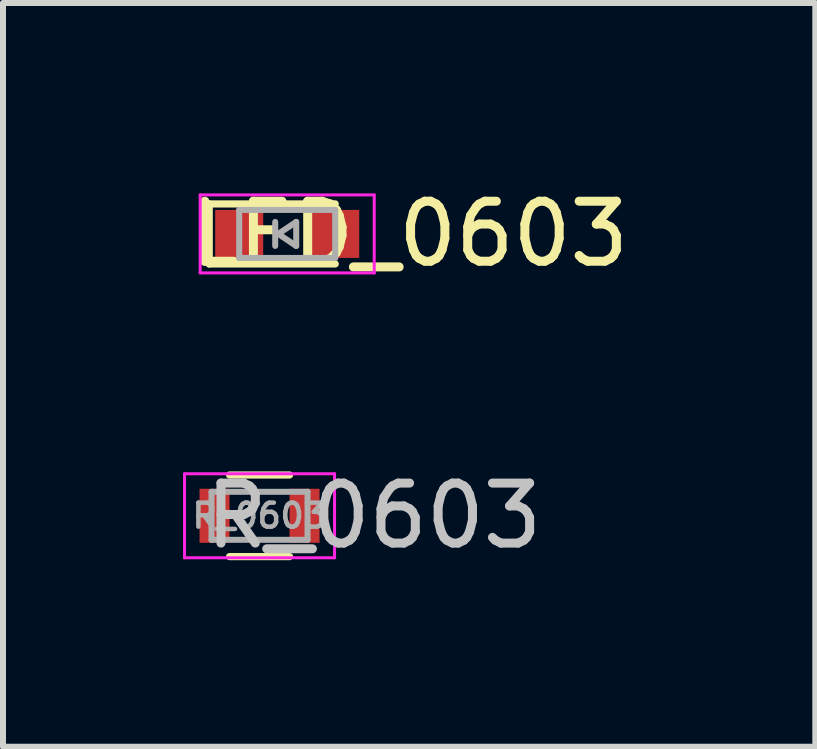
<source format=kicad_pcb>
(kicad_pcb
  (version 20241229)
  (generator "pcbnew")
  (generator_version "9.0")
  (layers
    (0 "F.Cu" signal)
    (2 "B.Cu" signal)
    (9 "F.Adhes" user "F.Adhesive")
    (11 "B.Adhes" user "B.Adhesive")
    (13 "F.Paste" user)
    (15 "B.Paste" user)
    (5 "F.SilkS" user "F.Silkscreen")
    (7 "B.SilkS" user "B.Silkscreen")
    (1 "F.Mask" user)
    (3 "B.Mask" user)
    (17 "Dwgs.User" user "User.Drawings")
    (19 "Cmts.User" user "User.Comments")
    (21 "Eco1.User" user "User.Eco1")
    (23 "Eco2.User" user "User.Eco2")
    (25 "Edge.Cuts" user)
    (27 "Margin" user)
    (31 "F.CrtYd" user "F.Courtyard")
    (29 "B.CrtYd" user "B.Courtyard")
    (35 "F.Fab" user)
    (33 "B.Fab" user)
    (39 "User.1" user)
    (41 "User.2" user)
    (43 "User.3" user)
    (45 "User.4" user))
  (footprint "LED_0603"
    (layer "F.Cu")
    (at 1.736 0.848)
    (property "Reference" "LED_0603" (at 2.032 0 0) (layer "F.SilkS") (effects (font (size 1 1) (thickness 0.15))))
    (attr smd)
    (fp_line (start -1.3 -0.5) (end -1.3 0.5) (stroke (width 0.12) (type solid)) (layer "F.SilkS"))
    (fp_line (start -1.3 -0.5) (end 0.8 -0.5) (stroke (width 0.12) (type solid)) (layer "F.SilkS"))
    (fp_line (start -1.3 0.5) (end 0.8 0.5) (stroke (width 0.12) (type solid)) (layer "F.SilkS"))
    (fp_line (start -1.45 -0.65) (end 1.45 -0.65) (stroke (width 0.05) (type solid)) (layer "F.CrtYd"))
    (fp_line (start -1.45 0.65) (end -1.45 -0.65) (stroke (width 0.05) (type solid)) (layer "F.CrtYd"))
    (fp_line (start 1.45 -0.65) (end 1.45 0.65) (stroke (width 0.05) (type solid)) (layer "F.CrtYd"))
    (fp_line (start 1.45 0.65) (end -1.45 0.65) (stroke (width 0.05) (type solid)) (layer "F.CrtYd"))
    (fp_line (start -0.8 -0.4) (end 0.8 -0.4) (stroke (width 0.1) (type solid)) (layer "F.Fab"))
    (fp_line (start -0.8 0.4) (end -0.8 -0.4) (stroke (width 0.1) (type solid)) (layer "F.Fab"))
    (fp_line (start -0.2 -0.2) (end -0.2 0.2) (stroke (width 0.1) (type solid)) (layer "F.Fab"))
    (fp_line (start -0.15 0) (end 0.15 -0.2) (stroke (width 0.1) (type solid)) (layer "F.Fab"))
    (fp_line (start 0.15 -0.2) (end 0.15 0.2) (stroke (width 0.1) (type solid)) (layer "F.Fab"))
    (fp_line (start 0.15 0.2) (end -0.15 0) (stroke (width 0.1) (type solid)) (layer "F.Fab"))
    (fp_line (start 0.8 -0.4) (end 0.8 0.4) (stroke (width 0.1) (type solid)) (layer "F.Fab"))
    (fp_line (start 0.8 0.4) (end -0.8 0.4) (stroke (width 0.1) (type solid)) (layer "F.Fab"))
    (pad "1" smd rect (at -0.8 0 180) (size 0.8 0.8) (layers "F.Cu" "F.Mask" "F.Paste"))
    (pad "2" smd rect (at 0.8 0 180) (size 0.8 0.8) (layers "F.Cu" "F.Mask" "F.Paste")))
  (footprint "R_0603"
    (layer "F.Cu")
    (at 1.275 5.545)
    (property "Reference" "R_0603" (at 1.905 0 180) (layer "Dwgs.User") (effects (font (size 1 1) (thickness 0.15))))
    (attr smd)
    (fp_line (start -0.5 -0.68) (end 0.5 -0.68) (stroke (width 0.12) (type solid)) (layer "F.SilkS"))
    (fp_line (start 0.5 0.68) (end -0.5 0.68) (stroke (width 0.12) (type solid)) (layer "F.SilkS"))
    (fp_line (start -1.25 -0.7) (end -1.25 0.7) (stroke (width 0.05) (type solid)) (layer "F.CrtYd"))
    (fp_line (start -1.25 -0.7) (end 1.25 -0.7) (stroke (width 0.05) (type solid)) (layer "F.CrtYd"))
    (fp_line (start 1.25 0.7) (end -1.25 0.7) (stroke (width 0.05) (type solid)) (layer "F.CrtYd"))
    (fp_line (start 1.25 0.7) (end 1.25 -0.7) (stroke (width 0.05) (type solid)) (layer "F.CrtYd"))
    (fp_line (start -0.8 -0.4) (end 0.8 -0.4) (stroke (width 0.1) (type solid)) (layer "F.Fab"))
    (fp_line (start -0.8 0.4) (end -0.8 -0.4) (stroke (width 0.1) (type solid)) (layer "F.Fab"))
    (fp_line (start 0.8 -0.4) (end 0.8 0.4) (stroke (width 0.1) (type solid)) (layer "F.Fab"))
    (fp_line (start 0.8 0.4) (end -0.8 0.4) (stroke (width 0.1) (type solid)) (layer "F.Fab"))
    (fp_text user "${REFERENCE}" (at 0 0 180) (layer "F.Fab") (effects (font (size 0.4 0.4) (thickness 0.075))))
    (pad "1" smd rect (at -0.75 0) (size 0.5 0.9) (layers "F.Cu" "F.Mask" "F.Paste"))
    (pad "2" smd rect (at 0.75 0) (size 0.5 0.9) (layers "F.Cu" "F.Mask" "F.Paste")))
  (gr_rect
    (start -3 -3)
    (end 10.536 9.393)
    (stroke (width 0.1) (type default))
    (fill no)
    (layer "Edge.Cuts")))
</source>
